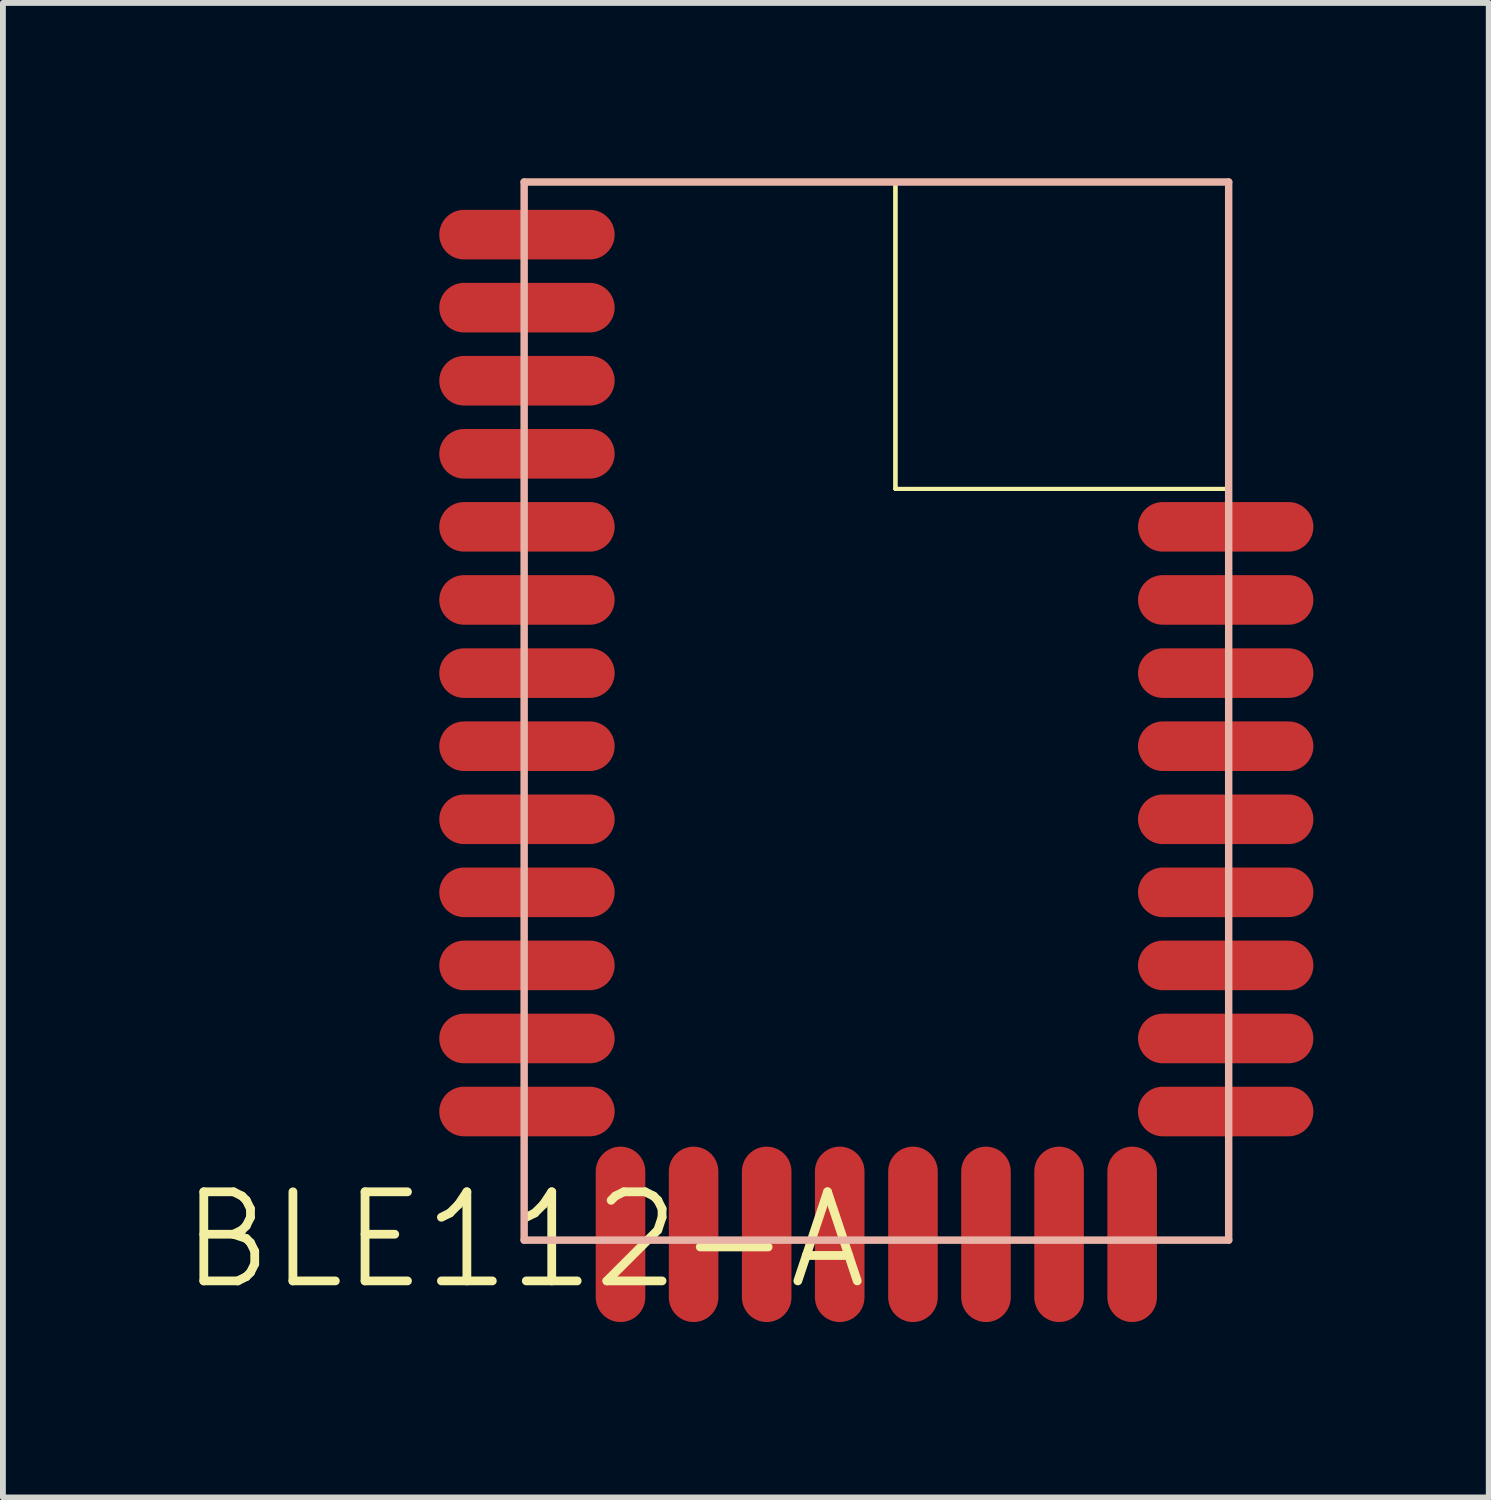
<source format=kicad_pcb>
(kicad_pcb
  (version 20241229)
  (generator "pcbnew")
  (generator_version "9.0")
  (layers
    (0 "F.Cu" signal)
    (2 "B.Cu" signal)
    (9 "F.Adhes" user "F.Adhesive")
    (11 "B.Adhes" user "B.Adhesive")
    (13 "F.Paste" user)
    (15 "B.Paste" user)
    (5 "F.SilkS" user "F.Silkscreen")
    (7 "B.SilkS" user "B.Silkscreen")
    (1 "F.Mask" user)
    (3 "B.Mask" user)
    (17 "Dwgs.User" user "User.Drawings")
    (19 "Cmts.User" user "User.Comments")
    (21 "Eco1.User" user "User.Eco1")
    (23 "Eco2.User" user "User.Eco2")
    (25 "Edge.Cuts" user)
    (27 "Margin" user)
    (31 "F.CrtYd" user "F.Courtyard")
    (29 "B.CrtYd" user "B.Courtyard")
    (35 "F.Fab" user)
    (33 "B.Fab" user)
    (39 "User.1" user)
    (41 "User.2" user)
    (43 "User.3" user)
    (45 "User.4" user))
  (footprint "BLE112-A"
    (layer "F.Cu")
    (at 5.915 18.161)
    (property "Reference" "BLE112-A" (at 0 0 0) (layer "F.SilkS") (effects (font (size 1.524 1.524) (thickness 0.15))))
    (attr smd)
    (fp_line (start 6.35 -18.098) (end 12.05 -18.098) (stroke (width 0.066) (type solid)) (layer "F.SilkS"))
    (fp_line (start 6.35 -18.098) (end 12.05 -18.098) (stroke (width 0.066) (type solid)) (layer "F.SilkS"))
    (fp_line (start 6.35 -18.098) (end 12.05 -18.098) (stroke (width 0.066) (type solid)) (layer "F.SilkS"))
    (fp_line (start 6.35 -12.85) (end 6.35 -18.098) (stroke (width 0.066) (type solid)) (layer "F.SilkS"))
    (fp_line (start 6.35 -12.85) (end 6.35 -18.098) (stroke (width 0.066) (type solid)) (layer "F.SilkS"))
    (fp_line (start 6.35 -12.85) (end 6.35 -18.098) (stroke (width 0.066) (type solid)) (layer "F.SilkS"))
    (fp_line (start 6.35 -12.85) (end 12.05 -12.85) (stroke (width 0.066) (type solid)) (layer "F.SilkS"))
    (fp_line (start 6.35 -12.85) (end 12.05 -12.85) (stroke (width 0.066) (type solid)) (layer "F.SilkS"))
    (fp_line (start 6.35 -12.85) (end 12.05 -12.85) (stroke (width 0.066) (type solid)) (layer "F.SilkS"))
    (fp_line (start 12.05 -12.85) (end 12.05 -18.098) (stroke (width 0.066) (type solid)) (layer "F.SilkS"))
    (fp_line (start 12.05 -12.85) (end 12.05 -18.098) (stroke (width 0.066) (type solid)) (layer "F.SilkS"))
    (fp_line (start 12.05 -12.85) (end 12.05 -18.098) (stroke (width 0.066) (type solid)) (layer "F.SilkS"))
    (fp_line (start 0 -18.098) (end 0 0) (stroke (width 0.127) (type solid)) (layer "B.SilkS"))
    (fp_line (start 0 0) (end 12.05 0) (stroke (width 0.127) (type solid)) (layer "B.SilkS"))
    (fp_line (start 12.05 -18.098) (end 0 -18.098) (stroke (width 0.127) (type solid)) (layer "B.SilkS"))
    (fp_line (start 12.05 0) (end 12.05 -18.098) (stroke (width 0.127) (type solid)) (layer "B.SilkS"))
    (pad "1" smd oval (at 0.048 -17.198) (size 3 0.848) (layers "F.Cu" "F.Mask" "F.Paste"))
    (pad "2" smd oval (at 0.048 -15.949) (size 3 0.848) (layers "F.Cu" "F.Mask" "F.Paste"))
    (pad "3" smd oval (at 0.048 -14.699) (size 3 0.848) (layers "F.Cu" "F.Mask" "F.Paste"))
    (pad "4" smd oval (at 0.048 -13.449) (size 3 0.848) (layers "F.Cu" "F.Mask" "F.Paste"))
    (pad "5" smd oval (at 0.048 -12.2) (size 3 0.848) (layers "F.Cu" "F.Mask" "F.Paste"))
    (pad "6" smd oval (at 0.048 -10.95) (size 3 0.848) (layers "F.Cu" "F.Mask" "F.Paste"))
    (pad "7" smd oval (at 0.048 -9.698) (size 3 0.848) (layers "F.Cu" "F.Mask" "F.Paste"))
    (pad "8" smd oval (at 0.048 -8.448) (size 3 0.848) (layers "F.Cu" "F.Mask" "F.Paste"))
    (pad "9" smd oval (at 0.048 -7.198) (size 3 0.848) (layers "F.Cu" "F.Mask" "F.Paste"))
    (pad "10" smd oval (at 0.048 -5.949) (size 3 0.848) (layers "F.Cu" "F.Mask" "F.Paste"))
    (pad "11" smd oval (at 0.048 -4.699) (size 3 0.848) (layers "F.Cu" "F.Mask" "F.Paste"))
    (pad "12" smd oval (at 0.048 -3.449) (size 3 0.848) (layers "F.Cu" "F.Mask" "F.Paste"))
    (pad "13" smd oval (at 0.048 -2.2) (size 3 0.848) (layers "F.Cu" "F.Mask" "F.Paste"))
    (pad "14" smd oval (at 1.648 -0.099 90) (size 3 0.848) (layers "F.Cu" "F.Mask" "F.Paste"))
    (pad "15" smd oval (at 2.898 -0.099 90) (size 3 0.848) (layers "F.Cu" "F.Mask" "F.Paste"))
    (pad "16" smd oval (at 4.148 -0.099 90) (size 3 0.848) (layers "F.Cu" "F.Mask" "F.Paste"))
    (pad "17" smd oval (at 5.397 -0.099 90) (size 3 0.848) (layers "F.Cu" "F.Mask" "F.Paste"))
    (pad "18" smd oval (at 6.65 -0.099 90) (size 3 0.848) (layers "F.Cu" "F.Mask" "F.Paste"))
    (pad "19" smd oval (at 7.899 -0.099 90) (size 3 0.848) (layers "F.Cu" "F.Mask" "F.Paste"))
    (pad "20" smd oval (at 9.149 -0.099 90) (size 3 0.848) (layers "F.Cu" "F.Mask" "F.Paste"))
    (pad "21" smd oval (at 10.399 -0.099 90) (size 3 0.848) (layers "F.Cu" "F.Mask" "F.Paste"))
    (pad "22" smd oval (at 11.999 -2.2) (size 3 0.848) (layers "F.Cu" "F.Mask" "F.Paste"))
    (pad "23" smd oval (at 11.999 -3.449) (size 3 0.848) (layers "F.Cu" "F.Mask" "F.Paste"))
    (pad "24" smd oval (at 11.999 -4.699) (size 3 0.848) (layers "F.Cu" "F.Mask" "F.Paste"))
    (pad "25" smd oval (at 11.999 -5.949) (size 3 0.848) (layers "F.Cu" "F.Mask" "F.Paste"))
    (pad "26" smd oval (at 11.999 -7.198) (size 3 0.848) (layers "F.Cu" "F.Mask" "F.Paste"))
    (pad "27" smd oval (at 11.999 -8.448) (size 3 0.848) (layers "F.Cu" "F.Mask" "F.Paste"))
    (pad "28" smd oval (at 11.999 -9.698) (size 3 0.848) (layers "F.Cu" "F.Mask" "F.Paste"))
    (pad "29" smd oval (at 11.999 -10.95) (size 3 0.848) (layers "F.Cu" "F.Mask" "F.Paste"))
    (pad "30" smd oval (at 11.999 -12.2) (size 3 0.848) (layers "F.Cu" "F.Mask" "F.Paste")))
  (gr_rect
    (start -3 -3)
    (end 22.413 22.562)
    (stroke (width 0.1) (type default))
    (fill no)
    (layer "Edge.Cuts")))
</source>
